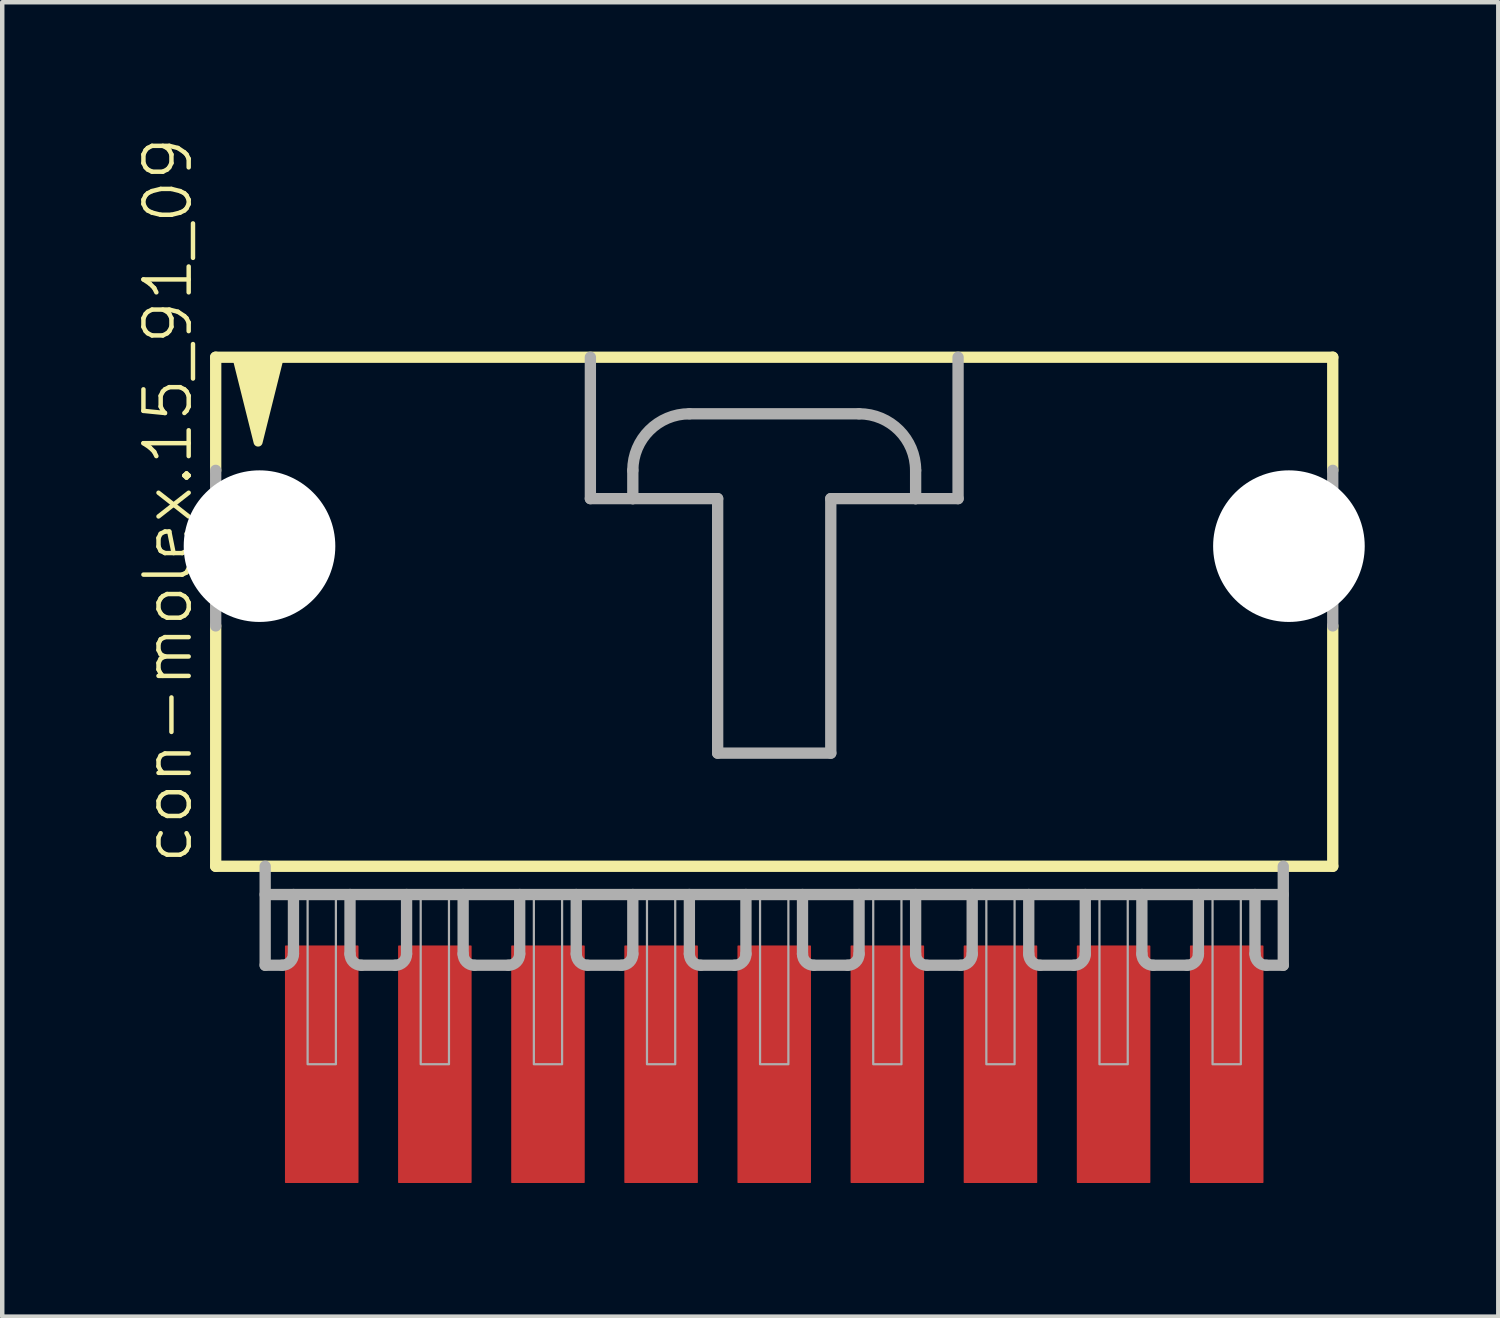
<source format=kicad_pcb>
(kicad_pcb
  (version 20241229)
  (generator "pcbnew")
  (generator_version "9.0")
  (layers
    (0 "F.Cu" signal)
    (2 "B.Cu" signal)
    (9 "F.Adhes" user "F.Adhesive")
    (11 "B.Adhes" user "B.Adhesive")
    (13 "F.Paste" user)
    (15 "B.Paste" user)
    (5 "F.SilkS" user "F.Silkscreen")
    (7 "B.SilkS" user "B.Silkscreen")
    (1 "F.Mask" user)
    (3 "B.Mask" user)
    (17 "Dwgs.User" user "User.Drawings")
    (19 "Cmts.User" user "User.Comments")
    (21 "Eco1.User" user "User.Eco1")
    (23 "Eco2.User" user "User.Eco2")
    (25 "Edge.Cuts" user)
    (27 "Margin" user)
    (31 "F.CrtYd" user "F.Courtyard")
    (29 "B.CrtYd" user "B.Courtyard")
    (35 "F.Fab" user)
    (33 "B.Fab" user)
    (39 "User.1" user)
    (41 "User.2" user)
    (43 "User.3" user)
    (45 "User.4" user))
  (footprint "con-molex.15_91_09"
    (layer "F.Cu")
    (at 14.334 10.051)
    (property "Reference" "con-molex.15_91_09" (at -13.018 6.35 90) (layer "F.SilkS") (effects (font (size 1.016 1.016) (thickness 0.1)) (justify left bottom)))
    (attr smd)
    (fp_line (start -12.541 -5.08) (end -12.541 -2.54) (stroke (width 0.254) (type default)) (layer "F.SilkS"))
    (fp_line (start -12.541 0.953) (end -12.541 6.35) (stroke (width 0.254) (type default)) (layer "F.SilkS"))
    (fp_line (start -12.541 6.35) (end 12.541 6.35) (stroke (width 0.254) (type default)) (layer "F.SilkS"))
    (fp_line (start 12.541 -5.08) (end -12.541 -5.08) (stroke (width 0.254) (type default)) (layer "F.SilkS"))
    (fp_line (start 12.541 -2.54) (end 12.541 -5.08) (stroke (width 0.254) (type default)) (layer "F.SilkS"))
    (fp_line (start 12.541 6.35) (end 12.541 0.953) (stroke (width 0.254) (type default)) (layer "F.SilkS"))
    (fp_poly (pts (xy -12.065 -5.08) (xy -11.589 -3.175) (xy -11.113 -5.08)) (stroke (width 0.203) (type default)) (fill yes) (layer "F.SilkS"))
    (fp_line (start -12.541 -2.54) (end -12.541 0.953) (stroke (width 0.254) (type default)) (layer "F.Fab"))
    (fp_line (start -11.43 6.35) (end -11.43 8.572) (stroke (width 0.254) (type default)) (layer "F.Fab"))
    (fp_line (start -11.43 6.985) (end -10.795 6.985) (stroke (width 0.254) (type default)) (layer "F.Fab"))
    (fp_line (start -11.049 8.572) (end -11.43 8.572) (stroke (width 0.254) (type default)) (layer "F.Fab"))
    (fp_line (start -10.795 6.985) (end -10.795 8.319) (stroke (width 0.254) (type default)) (layer "F.Fab"))
    (fp_line (start -10.795 6.985) (end -9.525 6.985) (stroke (width 0.254) (type default)) (layer "F.Fab"))
    (fp_line (start -9.525 6.985) (end -9.525 8.319) (stroke (width 0.254) (type default)) (layer "F.Fab"))
    (fp_line (start -9.525 6.985) (end -8.255 6.985) (stroke (width 0.254) (type default)) (layer "F.Fab"))
    (fp_line (start -8.509 8.572) (end -9.271 8.572) (stroke (width 0.254) (type default)) (layer "F.Fab"))
    (fp_line (start -8.255 6.985) (end -8.255 8.319) (stroke (width 0.254) (type default)) (layer "F.Fab"))
    (fp_line (start -8.255 6.985) (end -6.985 6.985) (stroke (width 0.254) (type default)) (layer "F.Fab"))
    (fp_line (start -6.985 6.985) (end -6.985 8.319) (stroke (width 0.254) (type default)) (layer "F.Fab"))
    (fp_line (start -6.985 6.985) (end -5.715 6.985) (stroke (width 0.254) (type default)) (layer "F.Fab"))
    (fp_line (start -5.969 8.572) (end -6.731 8.572) (stroke (width 0.254) (type default)) (layer "F.Fab"))
    (fp_line (start -5.715 6.985) (end -5.715 8.319) (stroke (width 0.254) (type default)) (layer "F.Fab"))
    (fp_line (start -5.715 6.985) (end -4.445 6.985) (stroke (width 0.254) (type default)) (layer "F.Fab"))
    (fp_line (start -4.445 6.985) (end -4.445 8.319) (stroke (width 0.254) (type default)) (layer "F.Fab"))
    (fp_line (start -4.445 6.985) (end -3.175 6.985) (stroke (width 0.254) (type default)) (layer "F.Fab"))
    (fp_line (start -4.128 -5.08) (end -4.128 -1.905) (stroke (width 0.254) (type default)) (layer "F.Fab"))
    (fp_line (start -4.128 -1.905) (end -3.175 -1.905) (stroke (width 0.254) (type default)) (layer "F.Fab"))
    (fp_line (start -3.429 8.572) (end -4.191 8.572) (stroke (width 0.254) (type default)) (layer "F.Fab"))
    (fp_line (start -3.175 -1.905) (end -3.175 -2.54) (stroke (width 0.254) (type default)) (layer "F.Fab"))
    (fp_line (start -3.175 -1.905) (end -1.27 -1.905) (stroke (width 0.254) (type default)) (layer "F.Fab"))
    (fp_line (start -3.175 6.985) (end -3.175 8.319) (stroke (width 0.254) (type default)) (layer "F.Fab"))
    (fp_line (start -3.175 6.985) (end -1.905 6.985) (stroke (width 0.254) (type default)) (layer "F.Fab"))
    (fp_line (start -1.905 -3.81) (end 1.905 -3.81) (stroke (width 0.254) (type default)) (layer "F.Fab"))
    (fp_line (start -1.905 6.985) (end -1.905 8.319) (stroke (width 0.254) (type default)) (layer "F.Fab"))
    (fp_line (start -1.905 6.985) (end -0.635 6.985) (stroke (width 0.254) (type default)) (layer "F.Fab"))
    (fp_line (start -1.27 -1.905) (end -1.27 3.81) (stroke (width 0.254) (type default)) (layer "F.Fab"))
    (fp_line (start -1.27 3.81) (end 1.27 3.81) (stroke (width 0.254) (type default)) (layer "F.Fab"))
    (fp_line (start -0.889 8.572) (end -1.651 8.572) (stroke (width 0.254) (type default)) (layer "F.Fab"))
    (fp_line (start -0.635 6.985) (end -0.635 8.319) (stroke (width 0.254) (type default)) (layer "F.Fab"))
    (fp_line (start -0.635 6.985) (end 0.635 6.985) (stroke (width 0.254) (type default)) (layer "F.Fab"))
    (fp_line (start 0.635 6.985) (end 0.635 8.319) (stroke (width 0.254) (type default)) (layer "F.Fab"))
    (fp_line (start 0.635 6.985) (end 1.905 6.985) (stroke (width 0.254) (type default)) (layer "F.Fab"))
    (fp_line (start 1.27 -1.905) (end 3.175 -1.905) (stroke (width 0.254) (type default)) (layer "F.Fab"))
    (fp_line (start 1.27 3.81) (end 1.27 -1.905) (stroke (width 0.254) (type default)) (layer "F.Fab"))
    (fp_line (start 1.651 8.572) (end 0.889 8.572) (stroke (width 0.254) (type default)) (layer "F.Fab"))
    (fp_line (start 1.905 6.985) (end 1.905 8.319) (stroke (width 0.254) (type default)) (layer "F.Fab"))
    (fp_line (start 1.905 6.985) (end 3.175 6.985) (stroke (width 0.254) (type default)) (layer "F.Fab"))
    (fp_line (start 3.175 -2.54) (end 3.175 -1.905) (stroke (width 0.254) (type default)) (layer "F.Fab"))
    (fp_line (start 3.175 -1.905) (end 4.128 -1.905) (stroke (width 0.254) (type default)) (layer "F.Fab"))
    (fp_line (start 3.175 6.985) (end 3.175 8.319) (stroke (width 0.254) (type default)) (layer "F.Fab"))
    (fp_line (start 3.175 6.985) (end 4.445 6.985) (stroke (width 0.254) (type default)) (layer "F.Fab"))
    (fp_line (start 4.128 -1.905) (end 4.128 -5.08) (stroke (width 0.254) (type default)) (layer "F.Fab"))
    (fp_line (start 4.191 8.572) (end 3.429 8.572) (stroke (width 0.254) (type default)) (layer "F.Fab"))
    (fp_line (start 4.445 6.985) (end 4.445 8.319) (stroke (width 0.254) (type default)) (layer "F.Fab"))
    (fp_line (start 4.445 6.985) (end 5.715 6.985) (stroke (width 0.254) (type default)) (layer "F.Fab"))
    (fp_line (start 5.715 6.985) (end 5.715 8.319) (stroke (width 0.254) (type default)) (layer "F.Fab"))
    (fp_line (start 5.715 6.985) (end 6.985 6.985) (stroke (width 0.254) (type default)) (layer "F.Fab"))
    (fp_line (start 6.731 8.572) (end 5.969 8.572) (stroke (width 0.254) (type default)) (layer "F.Fab"))
    (fp_line (start 6.985 6.985) (end 6.985 8.319) (stroke (width 0.254) (type default)) (layer "F.Fab"))
    (fp_line (start 6.985 6.985) (end 8.255 6.985) (stroke (width 0.254) (type default)) (layer "F.Fab"))
    (fp_line (start 8.255 6.985) (end 8.255 8.319) (stroke (width 0.254) (type default)) (layer "F.Fab"))
    (fp_line (start 8.255 6.985) (end 9.525 6.985) (stroke (width 0.254) (type default)) (layer "F.Fab"))
    (fp_line (start 9.271 8.572) (end 8.509 8.572) (stroke (width 0.254) (type default)) (layer "F.Fab"))
    (fp_line (start 9.525 6.985) (end 9.525 8.319) (stroke (width 0.254) (type default)) (layer "F.Fab"))
    (fp_line (start 9.525 6.985) (end 10.795 6.985) (stroke (width 0.254) (type default)) (layer "F.Fab"))
    (fp_line (start 10.795 6.985) (end 10.795 8.319) (stroke (width 0.254) (type default)) (layer "F.Fab"))
    (fp_line (start 10.795 6.985) (end 11.43 6.985) (stroke (width 0.254) (type default)) (layer "F.Fab"))
    (fp_line (start 11.049 8.572) (end 11.43 8.572) (stroke (width 0.254) (type default)) (layer "F.Fab"))
    (fp_line (start 11.43 8.572) (end 11.43 6.35) (stroke (width 0.254) (type default)) (layer "F.Fab"))
    (fp_line (start 12.541 -2.54) (end 12.541 0.953) (stroke (width 0.254) (type default)) (layer "F.Fab"))
    (fp_rect (start -10.477 10.795) (end -9.842 6.985) (stroke (width 0.05) (type default)) (fill no) (layer "F.Fab"))
    (fp_rect (start -7.938 10.795) (end -7.303 6.985) (stroke (width 0.05) (type default)) (fill no) (layer "F.Fab"))
    (fp_rect (start -5.397 10.795) (end -4.763 6.985) (stroke (width 0.05) (type default)) (fill no) (layer "F.Fab"))
    (fp_rect (start -2.857 10.795) (end -2.223 6.985) (stroke (width 0.05) (type default)) (fill no) (layer "F.Fab"))
    (fp_rect (start -0.318 10.795) (end 0.318 6.985) (stroke (width 0.05) (type default)) (fill no) (layer "F.Fab"))
    (fp_rect (start 2.223 10.795) (end 2.857 6.985) (stroke (width 0.05) (type default)) (fill no) (layer "F.Fab"))
    (fp_rect (start 4.763 10.795) (end 5.397 6.985) (stroke (width 0.05) (type default)) (fill no) (layer "F.Fab"))
    (fp_rect (start 7.303 10.795) (end 7.938 6.985) (stroke (width 0.05) (type default)) (fill no) (layer "F.Fab"))
    (fp_rect (start 9.842 10.795) (end 10.477 6.985) (stroke (width 0.05) (type default)) (fill no) (layer "F.Fab"))
    (fp_arc (start -10.795 8.3185) (mid -10.869395 8.498105) (end -11.049 8.5725) (stroke (width 0.254) (type default)) (layer "F.Fab"))
    (fp_arc (start -9.271 8.5725) (mid -9.450605 8.498105) (end -9.525 8.3185) (stroke (width 0.254) (type default)) (layer "F.Fab"))
    (fp_arc (start -8.255 8.3185) (mid -8.329395 8.498105) (end -8.509 8.5725) (stroke (width 0.254) (type default)) (layer "F.Fab"))
    (fp_arc (start -6.731 8.5725) (mid -6.910605 8.498105) (end -6.985 8.3185) (stroke (width 0.254) (type default)) (layer "F.Fab"))
    (fp_arc (start -5.715 8.3185) (mid -5.789395 8.498105) (end -5.969 8.5725) (stroke (width 0.254) (type default)) (layer "F.Fab"))
    (fp_arc (start -4.191 8.5725) (mid -4.370605 8.498105) (end -4.445 8.3185) (stroke (width 0.254) (type default)) (layer "F.Fab"))
    (fp_arc (start -3.175 -2.54) (mid -2.803026 -3.438026) (end -1.905 -3.81) (stroke (width 0.254) (type default)) (layer "F.Fab"))
    (fp_arc (start -3.175 8.3185) (mid -3.249395 8.498105) (end -3.429 8.5725) (stroke (width 0.254) (type default)) (layer "F.Fab"))
    (fp_arc (start -1.651 8.5725) (mid -1.830605 8.498105) (end -1.905 8.3185) (stroke (width 0.254) (type default)) (layer "F.Fab"))
    (fp_arc (start -0.635 8.3185) (mid -0.709395 8.498105) (end -0.889 8.5725) (stroke (width 0.254) (type default)) (layer "F.Fab"))
    (fp_arc (start 0.889 8.5725) (mid 0.709395 8.498105) (end 0.635 8.3185) (stroke (width 0.254) (type default)) (layer "F.Fab"))
    (fp_arc (start 1.905 -3.81) (mid 2.803026 -3.438026) (end 3.175 -2.54) (stroke (width 0.254) (type default)) (layer "F.Fab"))
    (fp_arc (start 1.905 8.3185) (mid 1.830605 8.498105) (end 1.651 8.5725) (stroke (width 0.254) (type default)) (layer "F.Fab"))
    (fp_arc (start 3.429 8.5725) (mid 3.249395 8.498105) (end 3.175 8.3185) (stroke (width 0.254) (type default)) (layer "F.Fab"))
    (fp_arc (start 4.445 8.3185) (mid 4.370605 8.498105) (end 4.191 8.5725) (stroke (width 0.254) (type default)) (layer "F.Fab"))
    (fp_arc (start 5.969 8.5725) (mid 5.789395 8.498105) (end 5.715 8.3185) (stroke (width 0.254) (type default)) (layer "F.Fab"))
    (fp_arc (start 6.985 8.3185) (mid 6.910605 8.498105) (end 6.731 8.5725) (stroke (width 0.254) (type default)) (layer "F.Fab"))
    (fp_arc (start 8.509 8.5725) (mid 8.329395 8.498105) (end 8.255 8.3185) (stroke (width 0.254) (type default)) (layer "F.Fab"))
    (fp_arc (start 9.525 8.3185) (mid 9.450605 8.498105) (end 9.271 8.5725) (stroke (width 0.254) (type default)) (layer "F.Fab"))
    (fp_arc (start 11.049 8.5725) (mid 10.869395 8.498105) (end 10.795 8.3185) (stroke (width 0.254) (type default)) (layer "F.Fab"))
    (pad "" np_thru_hole circle (at -11.557 -0.838) (size 3.404 3.404) (drill 3.404) (layers "*.Cu" "*.Mask"))
    (pad "" np_thru_hole circle (at 11.557 -0.838) (size 3.404 3.404) (drill 3.404) (layers "*.Cu" "*.Mask"))
    (pad "1" smd roundrect (at -10.16 10.795 90) (size 5.334 1.651) (layers "F.Cu" "F.Mask" "F.Paste") (roundrect_rratio 0.01))
    (pad "2" smd roundrect (at -7.62 10.795 90) (size 5.334 1.651) (layers "F.Cu" "F.Mask" "F.Paste") (roundrect_rratio 0.01))
    (pad "3" smd roundrect (at -5.08 10.795 90) (size 5.334 1.651) (layers "F.Cu" "F.Mask" "F.Paste") (roundrect_rratio 0.01))
    (pad "4" smd roundrect (at -2.54 10.795 90) (size 5.334 1.651) (layers "F.Cu" "F.Mask" "F.Paste") (roundrect_rratio 0.01))
    (pad "5" smd roundrect (at 0 10.795 90) (size 5.334 1.651) (layers "F.Cu" "F.Mask" "F.Paste") (roundrect_rratio 0.01))
    (pad "6" smd roundrect (at 2.54 10.795 90) (size 5.334 1.651) (layers "F.Cu" "F.Mask" "F.Paste") (roundrect_rratio 0.01))
    (pad "7" smd roundrect (at 5.08 10.795 90) (size 5.334 1.651) (layers "F.Cu" "F.Mask" "F.Paste") (roundrect_rratio 0.01))
    (pad "8" smd roundrect (at 7.62 10.795 90) (size 5.334 1.651) (layers "F.Cu" "F.Mask" "F.Paste") (roundrect_rratio 0.01))
    (pad "9" smd roundrect (at 10.16 10.795 90) (size 5.334 1.651) (layers "F.Cu" "F.Mask" "F.Paste") (roundrect_rratio 0.01)))
  (gr_rect
    (start -3 -3)
    (end 30.592 26.513)
    (stroke (width 0.1) (type default))
    (fill no)
    (layer "Edge.Cuts")))
</source>
